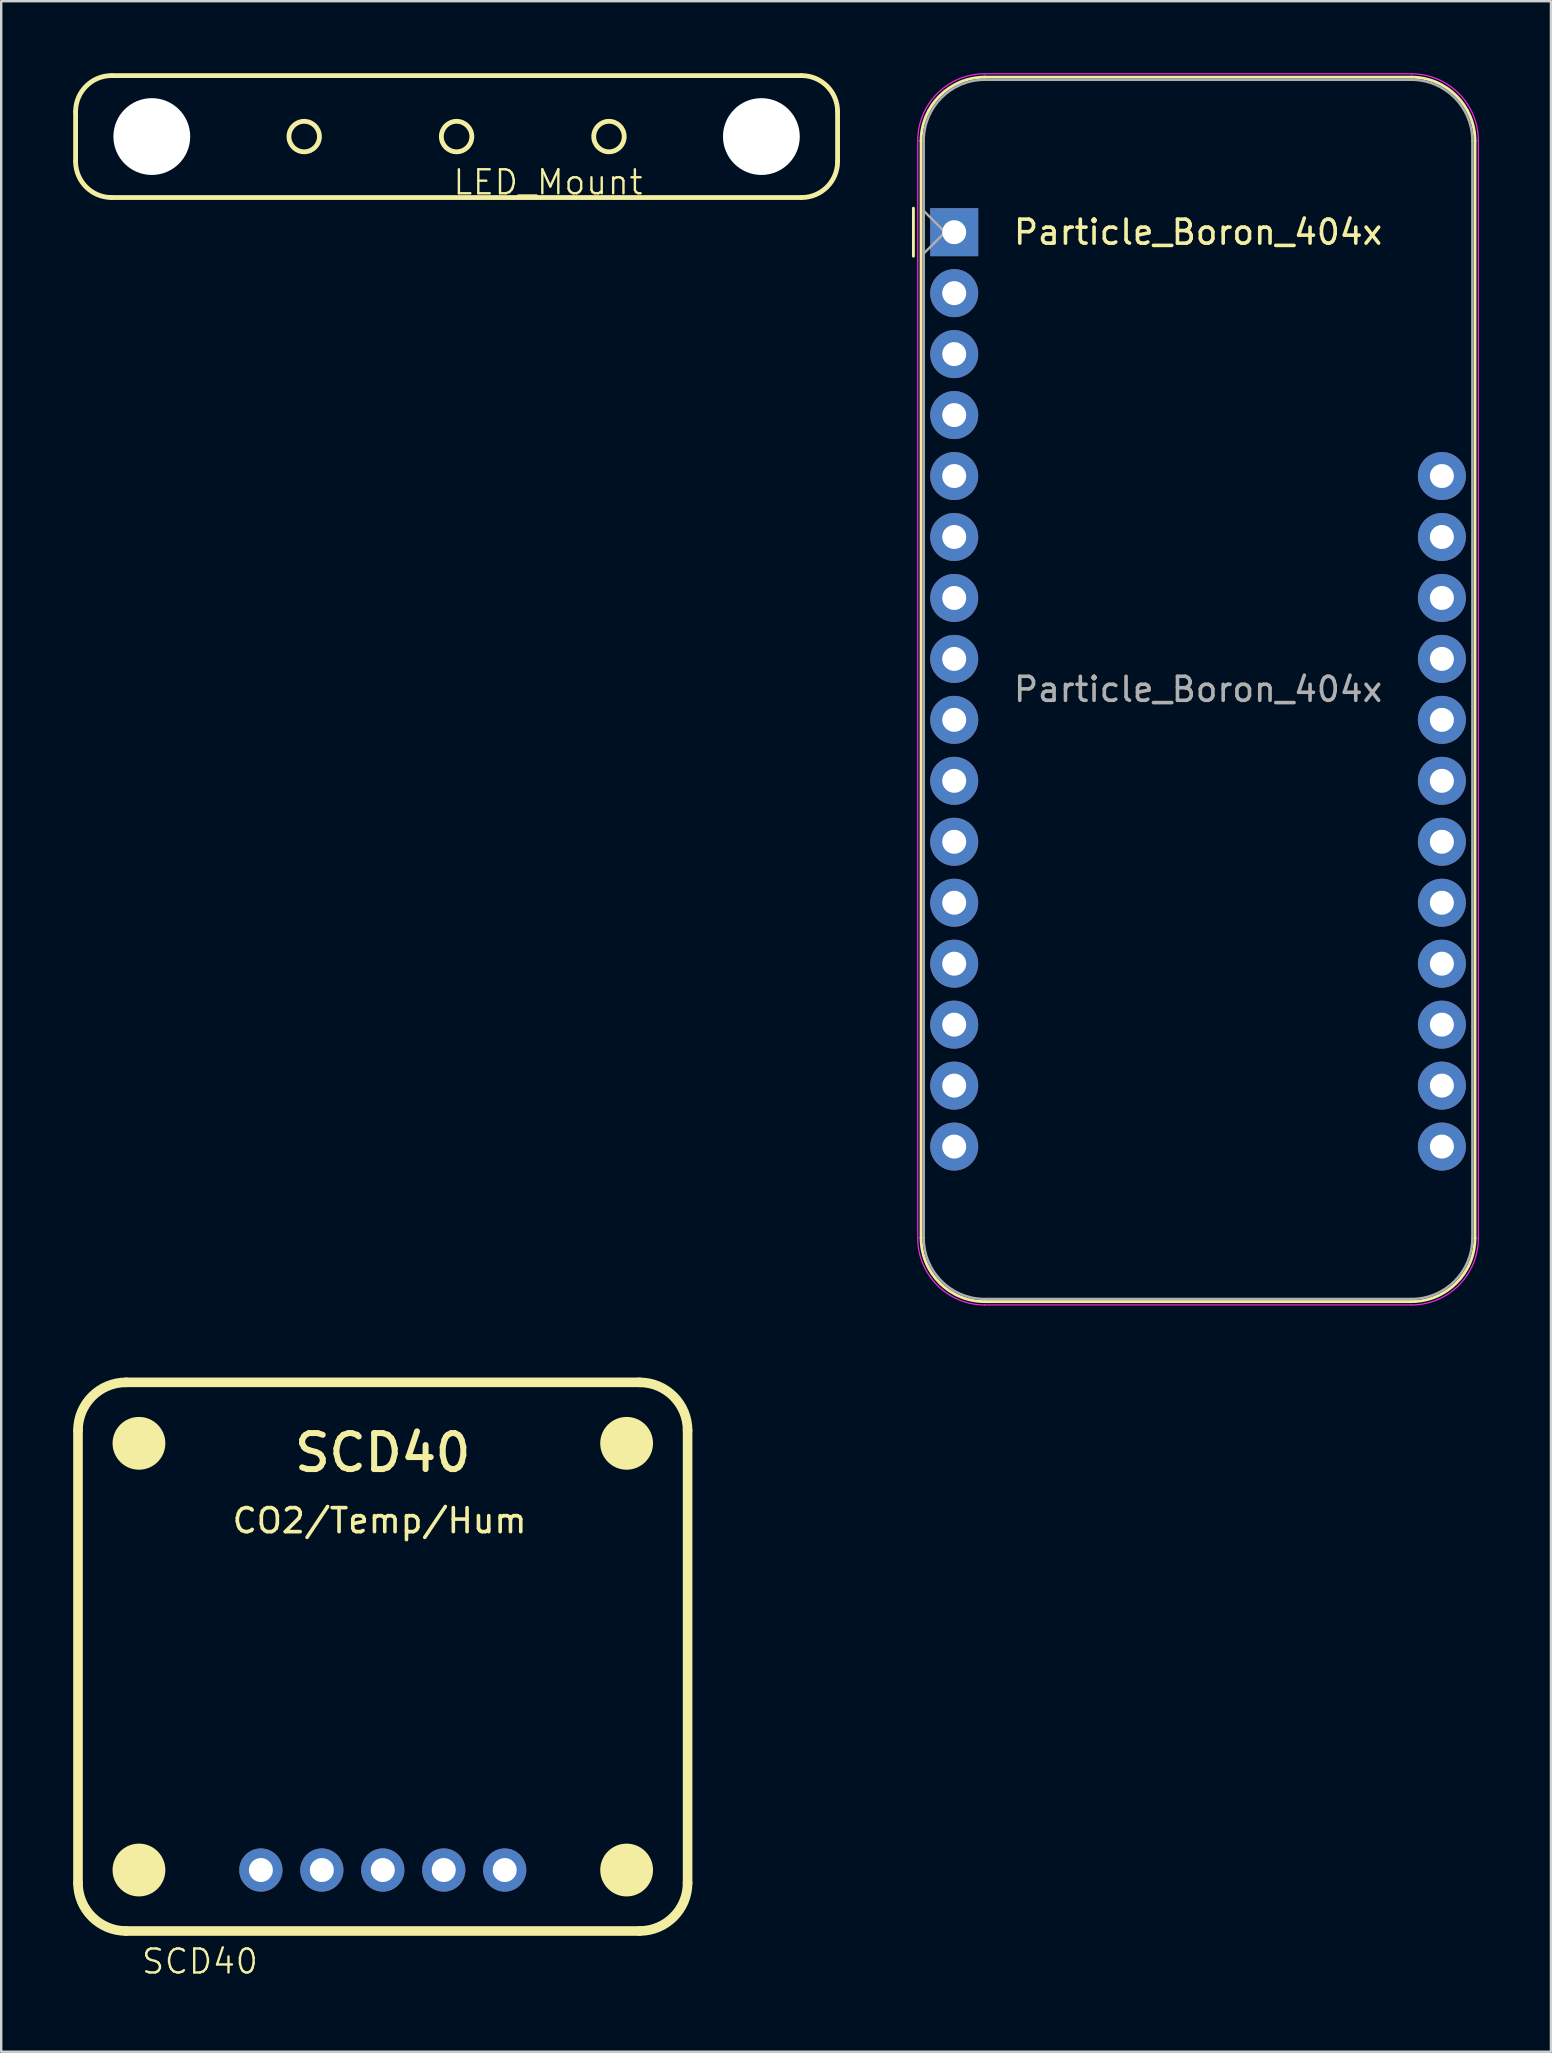
<source format=kicad_pcb>
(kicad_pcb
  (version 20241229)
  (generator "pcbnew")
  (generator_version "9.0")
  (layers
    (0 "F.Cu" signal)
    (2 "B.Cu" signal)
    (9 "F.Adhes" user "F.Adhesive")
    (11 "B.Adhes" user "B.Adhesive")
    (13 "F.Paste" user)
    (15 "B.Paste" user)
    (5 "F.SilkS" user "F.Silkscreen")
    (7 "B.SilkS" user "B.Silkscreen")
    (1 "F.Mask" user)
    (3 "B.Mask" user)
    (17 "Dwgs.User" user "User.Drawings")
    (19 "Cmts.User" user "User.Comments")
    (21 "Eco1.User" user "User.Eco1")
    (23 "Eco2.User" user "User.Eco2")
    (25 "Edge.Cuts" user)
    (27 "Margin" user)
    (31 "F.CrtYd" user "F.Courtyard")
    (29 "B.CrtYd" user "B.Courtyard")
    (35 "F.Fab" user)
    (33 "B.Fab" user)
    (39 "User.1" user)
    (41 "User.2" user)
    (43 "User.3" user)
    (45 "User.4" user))
  (footprint "Particle_Boron_404x"
    (layer "F.Cu")
    (at 36.71 6.625)
    (property "Reference" "Particle_Boron_404x" (at 10.16 0 0) (layer "F.SilkS") (effects (font (size 1 1) (thickness 0.15))))
    (attr through_hole)
    (fp_line (start -1.7 1) (end -1.7 -1) (stroke (width 0.12) (type solid)) (layer "F.SilkS"))
    (fp_line (start -1.38 -3.81) (end -1.38 41.91) (stroke (width 0.12) (type solid)) (layer "F.SilkS"))
    (fp_line (start 19.05 -6.46) (end 1.27 -6.46) (stroke (width 0.12) (type solid)) (layer "F.SilkS"))
    (fp_line (start 19.05 44.56) (end 1.27 44.56) (stroke (width 0.12) (type solid)) (layer "F.SilkS"))
    (fp_line (start 21.7 -3.81) (end 21.7 41.91) (stroke (width 0.12) (type solid)) (layer "F.SilkS"))
    (fp_arc (start -1.38 -3.81) (mid -0.603833 -5.683833) (end 1.27 -6.46) (stroke (width 0.12) (type solid)) (layer "F.SilkS"))
    (fp_arc (start 1.27 44.56) (mid -0.603833 43.783833) (end -1.38 41.91) (stroke (width 0.12) (type solid)) (layer "F.SilkS"))
    (fp_arc (start 19.05 -6.46) (mid 20.923833 -5.683833) (end 21.7 -3.81) (stroke (width 0.12) (type solid)) (layer "F.SilkS"))
    (fp_arc (start 21.7 41.91) (mid 20.923833 43.783833) (end 19.05 44.56) (stroke (width 0.12) (type solid)) (layer "F.SilkS"))
    (fp_line (start -1.52 41.91) (end -1.52 -3.81) (stroke (width 0.05) (type solid)) (layer "F.CrtYd"))
    (fp_line (start 19.05 -6.6) (end 1.27 -6.6) (stroke (width 0.05) (type solid)) (layer "F.CrtYd"))
    (fp_line (start 19.05 44.7) (end 1.27 44.7) (stroke (width 0.05) (type solid)) (layer "F.CrtYd"))
    (fp_line (start 21.84 41.91) (end 21.84 -3.81) (stroke (width 0.05) (type solid)) (layer "F.CrtYd"))
    (fp_arc (start -1.52 -3.81) (mid -0.702828 -5.782828) (end 1.27 -6.6) (stroke (width 0.05) (type solid)) (layer "F.CrtYd"))
    (fp_arc (start 1.27 44.7) (mid -0.702828 43.882828) (end -1.52 41.91) (stroke (width 0.05) (type solid)) (layer "F.CrtYd"))
    (fp_arc (start 19.05 -6.6) (mid 21.022828 -5.782828) (end 21.84 -3.81) (stroke (width 0.05) (type solid)) (layer "F.CrtYd"))
    (fp_arc (start 21.84 41.91) (mid 21.022828 43.882828) (end 19.05 44.7) (stroke (width 0.05) (type solid)) (layer "F.CrtYd"))
    (fp_line (start -1.27 -3.81) (end -1.27 41.91) (stroke (width 0.1) (type solid)) (layer "F.Fab"))
    (fp_line (start -1.27 -0.889) (end -0.381 0) (stroke (width 0.1) (type solid)) (layer "F.Fab"))
    (fp_line (start -0.381 0) (end -1.27 0.889) (stroke (width 0.1) (type solid)) (layer "F.Fab"))
    (fp_line (start 1.27 44.45) (end 19.05 44.45) (stroke (width 0.1) (type solid)) (layer "F.Fab"))
    (fp_line (start 19.05 -6.35) (end 1.27 -6.35) (stroke (width 0.1) (type solid)) (layer "F.Fab"))
    (fp_line (start 21.59 41.91) (end 21.59 -3.81) (stroke (width 0.1) (type solid)) (layer "F.Fab"))
    (fp_arc (start -1.27 -3.81) (mid -0.526051 -5.606051) (end 1.27 -6.35) (stroke (width 0.1) (type solid)) (layer "F.Fab"))
    (fp_arc (start 1.221238 44.449532) (mid -0.543209 43.688728) (end -1.27 41.91) (stroke (width 0.1) (type solid)) (layer "F.Fab"))
    (fp_arc (start 19.05 -6.35) (mid 20.846051 -5.606051) (end 21.59 -3.81) (stroke (width 0.1) (type solid)) (layer "F.Fab"))
    (fp_arc (start 21.59 41.91) (mid 20.846051 43.706051) (end 19.05 44.45) (stroke (width 0.1) (type solid)) (layer "F.Fab"))
    (fp_text user "${REFERENCE}" (at 10.16 19.05 180) (layer "F.Fab") (effects (font (size 1 1) (thickness 0.15))))
    (pad "1" thru_hole rect (at 0 0 180) (size 2 2) (drill 1) (layers "*.Cu" "*.Mask"))
    (pad "2" thru_hole circle (at 0 2.54 180) (size 2 2) (drill 1) (layers "*.Cu" "*.Mask"))
    (pad "3" thru_hole circle (at 0 5.08 180) (size 2 2) (drill 1) (layers "*.Cu" "*.Mask"))
    (pad "4" thru_hole circle (at 0 7.62 180) (size 2 2) (drill 1) (layers "*.Cu" "*.Mask"))
    (pad "5" thru_hole circle (at 0 10.16 180) (size 2 2) (drill 1) (layers "*.Cu" "*.Mask"))
    (pad "6" thru_hole circle (at 0 12.7 180) (size 2 2) (drill 1) (layers "*.Cu" "*.Mask"))
    (pad "7" thru_hole circle (at 0 15.24 180) (size 2 2) (drill 1) (layers "*.Cu" "*.Mask"))
    (pad "8" thru_hole circle (at 0 17.78 180) (size 2 2) (drill 1) (layers "*.Cu" "*.Mask"))
    (pad "9" thru_hole circle (at 0 20.32 180) (size 2 2) (drill 1) (layers "*.Cu" "*.Mask"))
    (pad "10" thru_hole circle (at 0 22.86 180) (size 2 2) (drill 1) (layers "*.Cu" "*.Mask"))
    (pad "11" thru_hole circle (at 0 25.4 180) (size 2 2) (drill 1) (layers "*.Cu" "*.Mask"))
    (pad "12" thru_hole circle (at 0 27.94 180) (size 2 2) (drill 1) (layers "*.Cu" "*.Mask"))
    (pad "13" thru_hole circle (at 0 30.48 180) (size 2 2) (drill 1) (layers "*.Cu" "*.Mask"))
    (pad "14" thru_hole circle (at 0 33.02 180) (size 2 2) (drill 1) (layers "*.Cu" "*.Mask"))
    (pad "15" thru_hole circle (at 0 35.56 180) (size 2 2) (drill 1) (layers "*.Cu" "*.Mask"))
    (pad "16" thru_hole circle (at 0 38.1 180) (size 2 2) (drill 1) (layers "*.Cu" "*.Mask"))
    (pad "17" thru_hole circle (at 20.32 38.1 180) (size 2 2) (drill 1) (layers "*.Cu" "*.Mask"))
    (pad "18" thru_hole circle (at 20.32 35.56 180) (size 2 2) (drill 1) (layers "*.Cu" "*.Mask"))
    (pad "19" thru_hole circle (at 20.32 33.02 180) (size 2 2) (drill 1) (layers "*.Cu" "*.Mask"))
    (pad "20" thru_hole circle (at 20.32 30.48 180) (size 2 2) (drill 1) (layers "*.Cu" "*.Mask"))
    (pad "21" thru_hole circle (at 20.32 27.94 180) (size 2 2) (drill 1) (layers "*.Cu" "*.Mask"))
    (pad "22" thru_hole circle (at 20.32 25.4 180) (size 2 2) (drill 1) (layers "*.Cu" "*.Mask"))
    (pad "23" thru_hole circle (at 20.32 22.86 180) (size 2 2) (drill 1) (layers "*.Cu" "*.Mask"))
    (pad "24" thru_hole circle (at 20.32 20.32 180) (size 2 2) (drill 1) (layers "*.Cu" "*.Mask"))
    (pad "25" thru_hole circle (at 20.32 17.78 180) (size 2 2) (drill 1) (layers "*.Cu" "*.Mask"))
    (pad "26" thru_hole circle (at 20.32 15.24 180) (size 2 2) (drill 1) (layers "*.Cu" "*.Mask"))
    (pad "27" thru_hole circle (at 20.32 12.7 180) (size 2 2) (drill 1) (layers "*.Cu" "*.Mask"))
    (pad "28" thru_hole circle (at 20.32 10.16 180) (size 2 2) (drill 1) (layers "*.Cu" "*.Mask")))
  (footprint "LED_Mount"
    (layer "F.Cu")
    (at 15.975 2.64)
    (property "Reference" "LED_Mount" (at 3.81 1.905 0) (unlocked yes) (layer "F.SilkS") (effects (font (size 1 1) (thickness 0.1))))
    (attr through_hole)
    (fp_line (start -15.875 1.04) (end -15.875 -1.04) (stroke (width 0.2) (type default)) (layer "F.SilkS"))
    (fp_line (start -14.375 -2.54) (end 14.375 -2.54) (stroke (width 0.2) (type default)) (layer "F.SilkS"))
    (fp_line (start 14.375 2.54) (end -14.375 2.54) (stroke (width 0.2) (type default)) (layer "F.SilkS"))
    (fp_line (start 15.875 -1.04) (end 15.875 1.04) (stroke (width 0.2) (type default)) (layer "F.SilkS"))
    (fp_arc (start -15.875 -1.04) (mid -15.43566 -2.10066) (end -14.375 -2.54) (stroke (width 0.2) (type default)) (layer "F.SilkS"))
    (fp_arc (start -14.375 2.54) (mid -15.43566 2.10066) (end -15.875 1.04) (stroke (width 0.2) (type default)) (layer "F.SilkS"))
    (fp_arc (start 14.375 -2.54) (mid 15.43566 -2.10066) (end 15.875 -1.04) (stroke (width 0.2) (type default)) (layer "F.SilkS"))
    (fp_arc (start 15.875 1.04) (mid 15.43566 2.10066) (end 14.375 2.54) (stroke (width 0.2) (type default)) (layer "F.SilkS"))
    (fp_circle (center -6.35 0) (end -6.35 -0.635) (stroke (width 0.2) (type default)) (fill no) (layer "F.SilkS"))
    (fp_circle (center 0 0) (end 0 -0.635) (stroke (width 0.2) (type default)) (fill no) (layer "F.SilkS"))
    (fp_circle (center 6.35 0) (end 6.35 -0.635) (stroke (width 0.2) (type default)) (fill no) (layer "F.SilkS"))
    (pad "" np_thru_hole circle (at -12.7 0) (size 3.2 3.2) (drill 3.2) (layers "*.Cu" "*.Mask"))
    (pad "" np_thru_hole circle (at 12.7 0) (size 3.2 3.2) (drill 3.2) (layers "*.Cu" "*.Mask")))
  (footprint "SCD40"
    (layer "F.Cu")
    (at 7.82 74.87)
    (property "Reference" "SCD40" (at -2.54 3.81 0) (unlocked yes) (layer "F.SilkS") (effects (font (size 1 1) (thickness 0.1))))
    (attr through_hole)
    (fp_line (start -7.62 0.54) (end -7.62 -18.32) (stroke (width 0.4) (type default)) (layer "F.SilkS"))
    (fp_line (start -5.62 -20.32) (end 15.78 -20.32) (stroke (width 0.4) (type default)) (layer "F.SilkS"))
    (fp_line (start 15.78 2.54) (end -5.62 2.54) (stroke (width 0.4) (type default)) (layer "F.SilkS"))
    (fp_line (start 17.78 -18.32) (end 17.78 0.54) (stroke (width 0.4) (type default)) (layer "F.SilkS"))
    (fp_arc (start -7.62 -18.32) (mid -7.034214 -19.734214) (end -5.62 -20.32) (stroke (width 0.4) (type default)) (layer "F.SilkS"))
    (fp_arc (start -5.62 2.54) (mid -7.034214 1.954214) (end -7.62 0.54) (stroke (width 0.4) (type default)) (layer "F.SilkS"))
    (fp_arc (start 15.78 -20.32) (mid 17.194214 -19.734214) (end 17.78 -18.32) (stroke (width 0.4) (type default)) (layer "F.SilkS"))
    (fp_arc (start 17.78 0.54) (mid 17.194214 1.954214) (end 15.78 2.54) (stroke (width 0.4) (type default)) (layer "F.SilkS"))
    (fp_text user "SCD40" (at 1.27 -16.51 0) (unlocked yes) (layer "F.SilkS") (effects (font (size 1.5 1.5) (thickness 0.25) (bold yes)) (justify left bottom)))
    (fp_text user "CO2/Temp/Hum" (at -1.27 -13.97 0) (unlocked yes) (layer "F.SilkS") (effects (font (size 1 1) (thickness 0.15)) (justify left bottom)))
    (pad "" smd circle (at -5.08 -17.78) (size 2.2 2.2) (layers "F.SilkS"))
    (pad "" smd circle (at -5.08 0) (size 2.2 2.2) (layers "F.SilkS"))
    (pad "" smd circle (at 15.24 -17.78) (size 2.2 2.2) (layers "F.SilkS"))
    (pad "" smd circle (at 15.24 0) (size 2.2 2.2) (layers "F.SilkS"))
    (pad "1" thru_hole circle (at 0 0) (size 1.8 1.8) (drill 1) (layers "*.Cu" "*.Mask"))
    (pad "2" thru_hole circle (at 2.54 0) (size 1.8 1.8) (drill 1) (layers "*.Cu" "*.Mask"))
    (pad "3" thru_hole circle (at 5.08 0) (size 1.8 1.8) (drill 1) (layers "*.Cu" "*.Mask"))
    (pad "4" thru_hole circle (at 7.62 0) (size 1.8 1.8) (drill 1) (layers "*.Cu" "*.Mask"))
    (pad "5" thru_hole circle (at 10.16 0) (size 1.8 1.8) (drill 1) (layers "*.Cu" "*.Mask")))
  (gr_rect
    (start -3 -3)
    (end 61.575 82.441)
    (stroke (width 0.1) (type default))
    (fill no)
    (layer "Edge.Cuts")))
</source>
